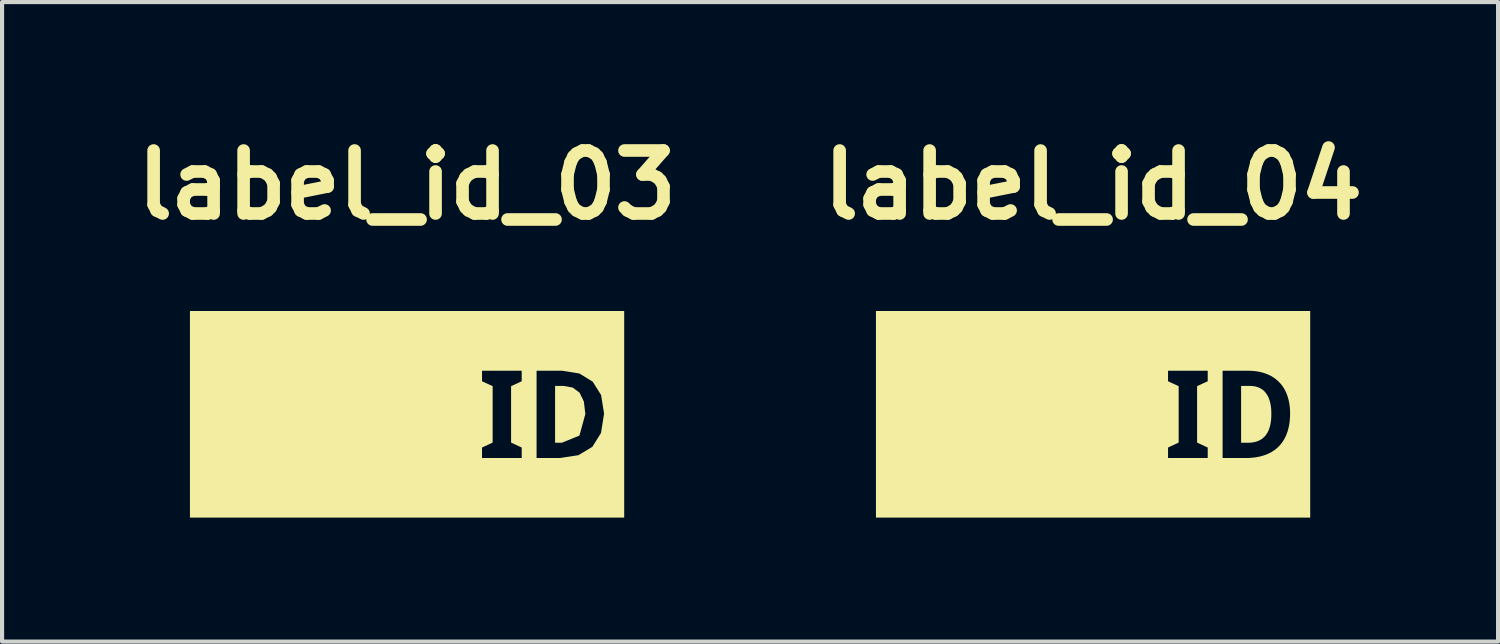
<source format=kicad_pcb>
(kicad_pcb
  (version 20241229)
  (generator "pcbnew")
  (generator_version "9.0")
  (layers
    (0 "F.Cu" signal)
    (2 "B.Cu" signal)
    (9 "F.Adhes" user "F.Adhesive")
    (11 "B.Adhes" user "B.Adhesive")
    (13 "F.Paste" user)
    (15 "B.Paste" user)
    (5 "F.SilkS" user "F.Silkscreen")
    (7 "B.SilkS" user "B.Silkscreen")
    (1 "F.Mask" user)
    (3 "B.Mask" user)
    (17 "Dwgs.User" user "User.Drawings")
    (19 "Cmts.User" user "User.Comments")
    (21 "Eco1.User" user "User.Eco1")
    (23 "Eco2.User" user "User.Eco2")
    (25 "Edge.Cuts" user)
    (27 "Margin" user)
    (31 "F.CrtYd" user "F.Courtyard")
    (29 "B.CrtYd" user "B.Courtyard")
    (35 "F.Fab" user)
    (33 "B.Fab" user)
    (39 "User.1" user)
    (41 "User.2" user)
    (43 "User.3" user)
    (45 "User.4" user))
  (footprint "label_id_03"
    (layer "F.Cu")
    (at 6.8 6.975)
    (property "Reference" "label_id_03" (at 0 -5.548 0) (layer "F.SilkS") (effects (font (size 1.524 1.524) (thickness 0.305))))
    (attr smd)
    (fp_poly (pts (xy 3.582 -0.687) (xy 3.582 0.688) (xy 3.746 0.688) (xy 4.171 0.515) (xy 4.314 -0.006) (xy 4.278 -0.31) (xy 4.175 -0.522) (xy 4.01 -0.646) (xy 3.788 -0.687) (xy 3.582 -0.687)) (stroke (width 0) (type solid)) (fill yes) (layer "F.SilkS"))
    (fp_poly (pts (xy 3.134 -1.054) (xy 2.774 -1.054) (xy 2.774 -0.799) (xy 2.517 -0.681) (xy 2.517 0.685) (xy 2.774 0.804) (xy 2.774 1.058) (xy 1.814 1.058) (xy 1.814 0.804) (xy 2.071 0.685) (xy 2.071 -0.681) (xy 1.814 -0.799) (xy 1.814 -1.054) (xy 2.774 -1.054) (xy 3.134 -1.054) (xy -5.254 -2.5) (xy -5.254 2.5) (xy 5.254 2.5) (xy 5.254 -2.5) (xy -5.254 -2.5) (xy 3.134 -1.054) (xy 3.752 -1.054) (xy 4.171 -0.987) (xy 4.492 -0.789) (xy 4.695 -0.466) (xy 4.767 -0.018) (xy 4.693 0.452) (xy 4.483 0.788) (xy 4.145 0.99) (xy 3.69 1.058) (xy 3.134 1.058) (xy 3.134 -1.054)) (stroke (width 0) (type solid)) (fill yes) (layer "F.SilkS")))
  (footprint "label_id_04"
    (layer "F.Cu")
    (at 23.4 6.975)
    (property "Reference" "label_id_04" (at 0 -5.548 0) (layer "F.SilkS") (effects (font (size 1.524 1.524) (thickness 0.305))))
    (attr smd)
    (fp_poly (pts (xy 3.582 -0.687) (xy 3.582 0.688) (xy 3.746 0.688) (xy 3.762 0.688) (xy 3.778 0.688) (xy 3.794 0.687) (xy 3.809 0.686) (xy 3.824 0.685) (xy 3.839 0.683) (xy 3.854 0.681) (xy 3.868 0.679) (xy 3.883 0.677) (xy 3.897 0.674) (xy 3.91 0.671) (xy 3.924 0.668) (xy 3.937 0.664) (xy 3.95 0.661) (xy 3.963 0.656) (xy 3.975 0.652) (xy 3.988 0.647) (xy 4 0.642) (xy 4.012 0.637) (xy 4.024 0.632) (xy 4.035 0.626) (xy 4.046 0.62) (xy 4.057 0.614) (xy 4.068 0.607) (xy 4.078 0.6) (xy 4.089 0.593) (xy 4.099 0.585) (xy 4.109 0.577) (xy 4.118 0.569) (xy 4.127 0.561) (xy 4.137 0.552) (xy 4.145 0.544) (xy 4.154 0.534) (xy 4.163 0.525) (xy 4.171 0.515) (xy 4.178 0.506) (xy 4.185 0.497) (xy 4.191 0.488) (xy 4.198 0.479) (xy 4.204 0.469) (xy 4.21 0.459) (xy 4.216 0.449) (xy 4.222 0.439) (xy 4.228 0.428) (xy 4.233 0.418) (xy 4.239 0.407) (xy 4.244 0.395) (xy 4.249 0.384) (xy 4.253 0.372) (xy 4.258 0.361) (xy 4.262 0.348) (xy 4.266 0.336) (xy 4.27 0.324) (xy 4.274 0.311) (xy 4.278 0.298) (xy 4.281 0.285) (xy 4.285 0.272) (xy 4.288 0.258) (xy 4.291 0.244) (xy 4.293 0.23) (xy 4.296 0.216) (xy 4.298 0.201) (xy 4.301 0.187) (xy 4.303 0.172) (xy 4.305 0.157) (xy 4.306 0.141) (xy 4.308 0.126) (xy 4.309 0.11) (xy 4.31 0.094) (xy 4.311 0.078) (xy 4.312 0.062) (xy 4.313 0.045) (xy 4.313 0.028) (xy 4.313 0.011) (xy 4.314 -0.006) (xy 4.313 -0.022) (xy 4.313 -0.038) (xy 4.313 -0.053) (xy 4.312 -0.069) (xy 4.312 -0.084) (xy 4.311 -0.099) (xy 4.31 -0.113) (xy 4.309 -0.128) (xy 4.308 -0.142) (xy 4.306 -0.156) (xy 4.305 -0.17) (xy 4.303 -0.184) (xy 4.301 -0.197) (xy 4.299 -0.211) (xy 4.297 -0.224) (xy 4.295 -0.237) (xy 4.292 -0.249) (xy 4.29 -0.262) (xy 4.287 -0.274) (xy 4.284 -0.286) (xy 4.281 -0.298) (xy 4.278 -0.31) (xy 4.274 -0.324) (xy 4.269 -0.339) (xy 4.264 -0.353) (xy 4.26 -0.368) (xy 4.254 -0.381) (xy 4.249 -0.395) (xy 4.244 -0.408) (xy 4.238 -0.421) (xy 4.232 -0.433) (xy 4.225 -0.445) (xy 4.219 -0.457) (xy 4.212 -0.469) (xy 4.205 -0.48) (xy 4.198 -0.491) (xy 4.191 -0.501) (xy 4.183 -0.512) (xy 4.175 -0.522) (xy 4.166 -0.533) (xy 4.157 -0.543) (xy 4.147 -0.554) (xy 4.137 -0.563) (xy 4.127 -0.573) (xy 4.117 -0.582) (xy 4.106 -0.591) (xy 4.095 -0.599) (xy 4.084 -0.607) (xy 4.072 -0.614) (xy 4.061 -0.622) (xy 4.048 -0.628) (xy 4.036 -0.635) (xy 4.023 -0.641) (xy 4.01 -0.646) (xy 3.999 -0.651) (xy 3.987 -0.655) (xy 3.975 -0.659) (xy 3.963 -0.663) (xy 3.951 -0.667) (xy 3.939 -0.67) (xy 3.926 -0.673) (xy 3.913 -0.675) (xy 3.9 -0.678) (xy 3.887 -0.68) (xy 3.873 -0.682) (xy 3.86 -0.683) (xy 3.846 -0.684) (xy 3.832 -0.685) (xy 3.817 -0.686) (xy 3.803 -0.686) (xy 3.788 -0.687) (xy 3.582 -0.687)) (stroke (width 0) (type solid)) (fill yes) (layer "F.SilkS"))
    (fp_poly (pts (xy 3.134 -1.054) (xy 2.774 -1.054) (xy 2.774 -0.799) (xy 2.517 -0.681) (xy 2.517 0.685) (xy 2.774 0.804) (xy 2.774 1.058) (xy 1.814 1.058) (xy 1.814 0.804) (xy 2.071 0.685) (xy 2.071 -0.681) (xy 1.814 -0.799) (xy 1.814 -1.054) (xy 2.774 -1.054) (xy 3.134 -1.054) (xy -5.254 -2.5) (xy -5.254 2.5) (xy 5.254 2.5) (xy 5.254 -2.5) (xy -5.254 -2.5) (xy 3.134 -1.054) (xy 3.752 -1.054) (xy 3.767 -1.054) (xy 3.782 -1.053) (xy 3.796 -1.053) (xy 3.811 -1.053) (xy 3.826 -1.052) (xy 3.84 -1.051) (xy 3.855 -1.05) (xy 3.869 -1.049) (xy 3.883 -1.048) (xy 3.897 -1.047) (xy 3.911 -1.045) (xy 3.925 -1.044) (xy 3.939 -1.042) (xy 3.952 -1.04) (xy 3.966 -1.038) (xy 3.98 -1.036) (xy 3.993 -1.034) (xy 4.006 -1.031) (xy 4.02 -1.029) (xy 4.033 -1.026) (xy 4.046 -1.023) (xy 4.059 -1.02) (xy 4.072 -1.017) (xy 4.084 -1.014) (xy 4.097 -1.01) (xy 4.109 -1.007) (xy 4.122 -1.003) (xy 4.134 -0.999) (xy 4.147 -0.995) (xy 4.159 -0.991) (xy 4.171 -0.987) (xy 4.184 -0.982) (xy 4.197 -0.977) (xy 4.21 -0.972) (xy 4.223 -0.967) (xy 4.236 -0.961) (xy 4.249 -0.955) (xy 4.261 -0.95) (xy 4.274 -0.944) (xy 4.286 -0.938) (xy 4.298 -0.931) (xy 4.31 -0.925) (xy 4.322 -0.918) (xy 4.333 -0.911) (xy 4.345 -0.904) (xy 4.356 -0.897) (xy 4.368 -0.89) (xy 4.379 -0.882) (xy 4.39 -0.875) (xy 4.4 -0.867) (xy 4.411 -0.859) (xy 4.422 -0.851) (xy 4.432 -0.842) (xy 4.442 -0.834) (xy 4.452 -0.825) (xy 4.462 -0.816) (xy 4.472 -0.808) (xy 4.482 -0.798) (xy 4.492 -0.789) (xy 4.501 -0.78) (xy 4.51 -0.77) (xy 4.519 -0.76) (xy 4.528 -0.751) (xy 4.537 -0.741) (xy 4.546 -0.73) (xy 4.554 -0.72) (xy 4.562 -0.71) (xy 4.571 -0.699) (xy 4.578 -0.688) (xy 4.586 -0.677) (xy 4.594 -0.666) (xy 4.601 -0.655) (xy 4.609 -0.643) (xy 4.616 -0.632) (xy 4.623 -0.62) (xy 4.63 -0.608) (xy 4.637 -0.596) (xy 4.643 -0.583) (xy 4.65 -0.571) (xy 4.656 -0.558) (xy 4.662 -0.546) (xy 4.668 -0.533) (xy 4.674 -0.52) (xy 4.679 -0.506) (xy 4.685 -0.493) (xy 4.69 -0.479) (xy 4.695 -0.466) (xy 4.699 -0.454) (xy 4.703 -0.442) (xy 4.708 -0.43) (xy 4.711 -0.418) (xy 4.715 -0.405) (xy 4.719 -0.393) (xy 4.722 -0.381) (xy 4.726 -0.368) (xy 4.729 -0.355) (xy 4.732 -0.343) (xy 4.735 -0.33) (xy 4.738 -0.317) (xy 4.741 -0.304) (xy 4.743 -0.29) (xy 4.746 -0.277) (xy 4.748 -0.264) (xy 4.75 -0.25) (xy 4.752 -0.236) (xy 4.754 -0.223) (xy 4.756 -0.209) (xy 4.758 -0.195) (xy 4.759 -0.181) (xy 4.761 -0.166) (xy 4.762 -0.152) (xy 4.763 -0.138) (xy 4.764 -0.123) (xy 4.765 -0.108) (xy 4.766 -0.094) (xy 4.766 -0.079) (xy 4.767 -0.064) (xy 4.767 -0.049) (xy 4.767 -0.033) (xy 4.767 -0.018) (xy 4.767 -0.003) (xy 4.767 0.012) (xy 4.767 0.027) (xy 4.766 0.042) (xy 4.766 0.057) (xy 4.765 0.072) (xy 4.764 0.086) (xy 4.763 0.101) (xy 4.762 0.115) (xy 4.761 0.13) (xy 4.76 0.144) (xy 4.758 0.158) (xy 4.757 0.172) (xy 4.755 0.186) (xy 4.754 0.199) (xy 4.752 0.213) (xy 4.75 0.226) (xy 4.748 0.24) (xy 4.745 0.253) (xy 4.743 0.266) (xy 4.741 0.279) (xy 4.738 0.292) (xy 4.735 0.305) (xy 4.732 0.318) (xy 4.729 0.331) (xy 4.726 0.343) (xy 4.723 0.356) (xy 4.72 0.368) (xy 4.716 0.38) (xy 4.713 0.393) (xy 4.709 0.405) (xy 4.705 0.417) (xy 4.702 0.428) (xy 4.697 0.44) (xy 4.693 0.452) (xy 4.688 0.465) (xy 4.683 0.479) (xy 4.678 0.493) (xy 4.672 0.506) (xy 4.666 0.519) (xy 4.661 0.532) (xy 4.655 0.545) (xy 4.648 0.557) (xy 4.642 0.57) (xy 4.636 0.582) (xy 4.629 0.595) (xy 4.622 0.607) (xy 4.615 0.619) (xy 4.608 0.63) (xy 4.601 0.642) (xy 4.594 0.653) (xy 4.586 0.665) (xy 4.578 0.676) (xy 4.57 0.687) (xy 4.562 0.698) (xy 4.554 0.708) (xy 4.546 0.719) (xy 4.537 0.729) (xy 4.529 0.739) (xy 4.52 0.749) (xy 4.511 0.759) (xy 4.502 0.769) (xy 4.492 0.779) (xy 4.483 0.788) (xy 4.473 0.797) (xy 4.464 0.806) (xy 4.454 0.815) (xy 4.444 0.824) (xy 4.434 0.832) (xy 4.423 0.841) (xy 4.413 0.849) (xy 4.402 0.857) (xy 4.391 0.865) (xy 4.381 0.873) (xy 4.37 0.88) (xy 4.358 0.888) (xy 4.347 0.895) (xy 4.336 0.902) (xy 4.324 0.909) (xy 4.312 0.916) (xy 4.3 0.923) (xy 4.288 0.929) (xy 4.276 0.936) (xy 4.263 0.942) (xy 4.251 0.948) (xy 4.238 0.954) (xy 4.225 0.959) (xy 4.212 0.965) (xy 4.199 0.97) (xy 4.186 0.976) (xy 4.172 0.981) (xy 4.159 0.985) (xy 4.145 0.99) (xy 4.133 0.994) (xy 4.12 0.998) (xy 4.108 1.002) (xy 4.096 1.006) (xy 4.083 1.009) (xy 4.07 1.013) (xy 4.058 1.016) (xy 4.045 1.019) (xy 4.032 1.022) (xy 4.019 1.025) (xy 4.006 1.028) (xy 3.992 1.031) (xy 3.979 1.033) (xy 3.965 1.036) (xy 3.952 1.038) (xy 3.938 1.04) (xy 3.924 1.042) (xy 3.91 1.044) (xy 3.896 1.046) (xy 3.882 1.048) (xy 3.868 1.049) (xy 3.854 1.051) (xy 3.839 1.052) (xy 3.825 1.053) (xy 3.81 1.054) (xy 3.796 1.055) (xy 3.781 1.056) (xy 3.766 1.057) (xy 3.751 1.057) (xy 3.736 1.057) (xy 3.72 1.058) (xy 3.705 1.058) (xy 3.69 1.058) (xy 3.134 1.058) (xy 3.134 -1.054)) (stroke (width 0) (type solid)) (fill yes) (layer "F.SilkS")))
  (gr_rect
    (start -3 -3)
    (end 33.2 12.475)
    (stroke (width 0.1) (type default))
    (fill no)
    (layer "Edge.Cuts")))
</source>
